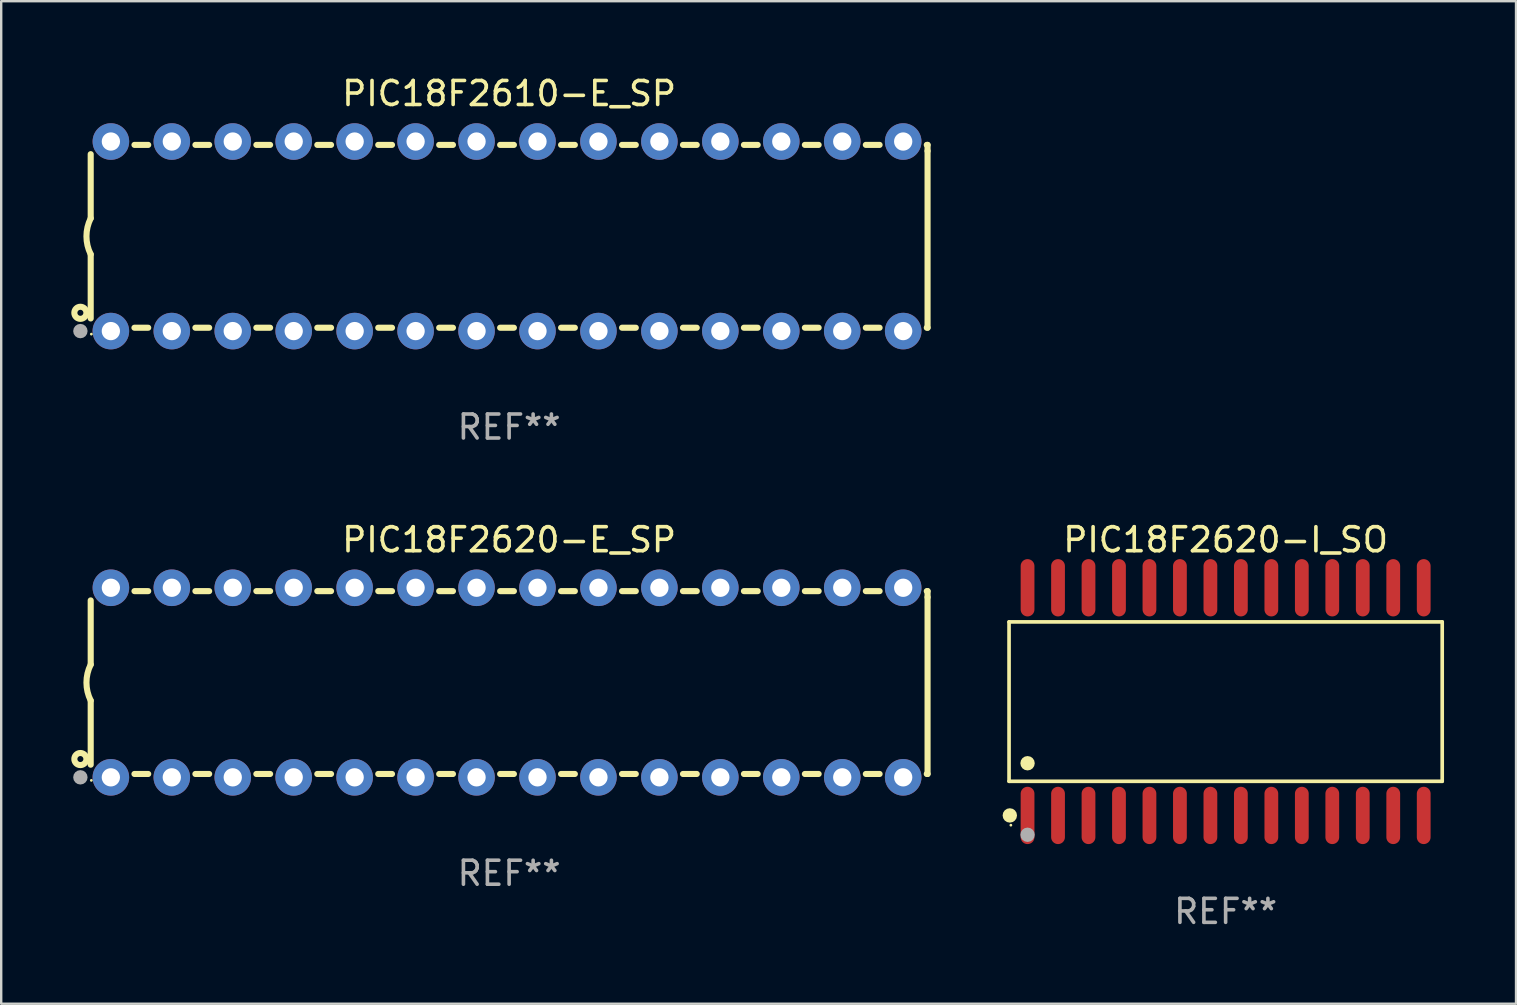
<source format=kicad_pcb>
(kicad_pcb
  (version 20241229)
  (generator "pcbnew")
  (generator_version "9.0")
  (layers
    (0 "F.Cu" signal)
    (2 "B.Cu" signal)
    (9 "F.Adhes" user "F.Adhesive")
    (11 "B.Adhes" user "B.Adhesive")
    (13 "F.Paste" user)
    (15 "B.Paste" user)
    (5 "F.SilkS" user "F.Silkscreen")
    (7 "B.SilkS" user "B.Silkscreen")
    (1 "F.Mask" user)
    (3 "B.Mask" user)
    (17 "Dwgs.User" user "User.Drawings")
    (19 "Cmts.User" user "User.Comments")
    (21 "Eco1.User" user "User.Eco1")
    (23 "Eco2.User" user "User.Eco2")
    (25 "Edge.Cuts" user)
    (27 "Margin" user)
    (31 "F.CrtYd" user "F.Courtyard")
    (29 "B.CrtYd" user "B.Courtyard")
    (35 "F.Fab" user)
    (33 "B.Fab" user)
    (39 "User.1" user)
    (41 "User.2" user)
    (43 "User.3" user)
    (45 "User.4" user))
  (footprint "PIC18F2620-E_SP"
    (layer "F.Cu")
    (at 18.168 25.395)
    (property "Reference" "PIC18F2620-E_SP" (at 0 -5.95 0) (layer "F.SilkS") (effects (font (size 1 1) (thickness 0.15))))
    (attr through_hole)
    (fp_line (start -17.438 0.75) (end -17.438 3.423) (stroke (width 0.254) (type solid)) (layer "F.SilkS"))
    (fp_line (start -17.438 -3.423) (end -17.438 -0.75) (stroke (width 0.254) (type solid)) (layer "F.SilkS"))
    (fp_line (start -15.615 3.81) (end -15.041 3.81) (stroke (width 0.254) (type solid)) (layer "F.SilkS"))
    (fp_line (start -15.041 -3.81) (end -15.614 -3.81) (stroke (width 0.254) (type solid)) (layer "F.SilkS"))
    (fp_line (start -13.075 3.81) (end -12.501 3.81) (stroke (width 0.254) (type solid)) (layer "F.SilkS"))
    (fp_line (start -12.501 -3.81) (end -13.074 -3.81) (stroke (width 0.254) (type solid)) (layer "F.SilkS"))
    (fp_line (start -10.535 3.81) (end -9.961 3.81) (stroke (width 0.254) (type solid)) (layer "F.SilkS"))
    (fp_line (start -9.961 -3.81) (end -10.534 -3.81) (stroke (width 0.254) (type solid)) (layer "F.SilkS"))
    (fp_line (start -7.995 3.81) (end -7.421 3.81) (stroke (width 0.254) (type solid)) (layer "F.SilkS"))
    (fp_line (start -7.421 -3.81) (end -7.995 -3.81) (stroke (width 0.254) (type solid)) (layer "F.SilkS"))
    (fp_line (start -5.455 3.81) (end -4.881 3.81) (stroke (width 0.254) (type solid)) (layer "F.SilkS"))
    (fp_line (start -4.881 -3.81) (end -5.455 -3.81) (stroke (width 0.254) (type solid)) (layer "F.SilkS"))
    (fp_line (start -2.915 3.81) (end -2.341 3.81) (stroke (width 0.254) (type solid)) (layer "F.SilkS"))
    (fp_line (start -2.341 -3.81) (end -2.915 -3.81) (stroke (width 0.254) (type solid)) (layer "F.SilkS"))
    (fp_line (start -0.375 3.81) (end 0.199 3.81) (stroke (width 0.254) (type solid)) (layer "F.SilkS"))
    (fp_line (start 0.199 -3.81) (end -0.375 -3.81) (stroke (width 0.254) (type solid)) (layer "F.SilkS"))
    (fp_line (start 2.165 3.81) (end 2.739 3.81) (stroke (width 0.254) (type solid)) (layer "F.SilkS"))
    (fp_line (start 2.739 -3.81) (end 2.165 -3.81) (stroke (width 0.254) (type solid)) (layer "F.SilkS"))
    (fp_line (start 4.705 3.81) (end 5.279 3.81) (stroke (width 0.254) (type solid)) (layer "F.SilkS"))
    (fp_line (start 5.279 -3.81) (end 4.705 -3.81) (stroke (width 0.254) (type solid)) (layer "F.SilkS"))
    (fp_line (start 7.245 3.81) (end 7.819 3.81) (stroke (width 0.254) (type solid)) (layer "F.SilkS"))
    (fp_line (start 7.819 -3.81) (end 7.245 -3.81) (stroke (width 0.254) (type solid)) (layer "F.SilkS"))
    (fp_line (start 9.785 3.81) (end 10.359 3.81) (stroke (width 0.254) (type solid)) (layer "F.SilkS"))
    (fp_line (start 10.359 -3.81) (end 9.785 -3.81) (stroke (width 0.254) (type solid)) (layer "F.SilkS"))
    (fp_line (start 12.325 3.81) (end 12.899 3.81) (stroke (width 0.254) (type solid)) (layer "F.SilkS"))
    (fp_line (start 12.899 -3.81) (end 12.325 -3.81) (stroke (width 0.254) (type solid)) (layer "F.SilkS"))
    (fp_line (start 14.865 3.81) (end 15.439 3.81) (stroke (width 0.254) (type solid)) (layer "F.SilkS"))
    (fp_line (start 15.439 -3.81) (end 14.865 -3.81) (stroke (width 0.254) (type solid)) (layer "F.SilkS"))
    (fp_line (start 17.405 3.81) (end 17.438 3.81) (stroke (width 0.254) (type solid)) (layer "F.SilkS"))
    (fp_line (start 17.438 -3.81) (end 17.405 -3.81) (stroke (width 0.254) (type solid)) (layer "F.SilkS"))
    (fp_line (start 17.438 -3.556) (end 17.438 -3.81) (stroke (width 0.254) (type solid)) (layer "F.SilkS"))
    (fp_line (start 17.438 3.81) (end 17.438 -3.556) (stroke (width 0.254) (type solid)) (layer "F.SilkS"))
    (fp_arc (start -17.437986 0.749657) (mid -17.614887 -0.000024) (end -17.437783 -0.749657) (stroke (width 0.254001) (type solid)) (layer "F.SilkS"))
    (fp_circle (center -17.868 3.188) (end -17.743 3.188) (stroke (width 0.254) (type solid)) (fill no) (layer "F.SilkS"))
    (fp_circle (center -17.411 4.077) (end -17.381 4.077) (stroke (width 0.06) (type solid)) (fill no) (layer "F.SilkS"))
    (fp_circle (center -17.868 3.95) (end -17.718 3.95) (stroke (width 0.3) (type solid)) (fill no) (layer "F.Fab"))
    (fp_text user "REF**" (at 0 7.95 0) (layer "F.Fab") (effects (font (size 1 1) (thickness 0.15))))
    (pad "1" thru_hole circle (at -16.598 3.95) (size 1.524 1.524) (drill 0.762) (layers "*.Cu" "*.Mask"))
    (pad "2" thru_hole circle (at -14.058 3.95) (size 1.524 1.524) (drill 0.762) (layers "*.Cu" "*.Mask"))
    (pad "3" thru_hole circle (at -11.518 3.95) (size 1.524 1.524) (drill 0.762) (layers "*.Cu" "*.Mask"))
    (pad "4" thru_hole circle (at -8.978 3.95) (size 1.524 1.524) (drill 0.762) (layers "*.Cu" "*.Mask"))
    (pad "5" thru_hole circle (at -6.438 3.95) (size 1.524 1.524) (drill 0.762) (layers "*.Cu" "*.Mask"))
    (pad "6" thru_hole circle (at -3.898 3.95) (size 1.524 1.524) (drill 0.762) (layers "*.Cu" "*.Mask"))
    (pad "7" thru_hole circle (at -1.358 3.95) (size 1.524 1.524) (drill 0.762) (layers "*.Cu" "*.Mask"))
    (pad "8" thru_hole circle (at 1.182 3.95) (size 1.524 1.524) (drill 0.762) (layers "*.Cu" "*.Mask"))
    (pad "9" thru_hole circle (at 3.722 3.95) (size 1.524 1.524) (drill 0.762) (layers "*.Cu" "*.Mask"))
    (pad "10" thru_hole circle (at 6.262 3.95) (size 1.524 1.524) (drill 0.762) (layers "*.Cu" "*.Mask"))
    (pad "11" thru_hole circle (at 8.802 3.95) (size 1.524 1.524) (drill 0.762) (layers "*.Cu" "*.Mask"))
    (pad "12" thru_hole circle (at 11.342 3.95) (size 1.524 1.524) (drill 0.762) (layers "*.Cu" "*.Mask"))
    (pad "13" thru_hole circle (at 13.882 3.95) (size 1.524 1.524) (drill 0.762) (layers "*.Cu" "*.Mask"))
    (pad "14" thru_hole circle (at 16.422 3.95) (size 1.524 1.524) (drill 0.762) (layers "*.Cu" "*.Mask"))
    (pad "15" thru_hole circle (at 16.422 -3.95) (size 1.524 1.524) (drill 0.762) (layers "*.Cu" "*.Mask"))
    (pad "16" thru_hole circle (at 13.882 -3.95) (size 1.524 1.524) (drill 0.762) (layers "*.Cu" "*.Mask"))
    (pad "17" thru_hole circle (at 11.342 -3.95) (size 1.524 1.524) (drill 0.762) (layers "*.Cu" "*.Mask"))
    (pad "18" thru_hole circle (at 8.802 -3.95) (size 1.524 1.524) (drill 0.762) (layers "*.Cu" "*.Mask"))
    (pad "19" thru_hole circle (at 6.262 -3.95) (size 1.524 1.524) (drill 0.762) (layers "*.Cu" "*.Mask"))
    (pad "20" thru_hole circle (at 3.722 -3.95) (size 1.524 1.524) (drill 0.762) (layers "*.Cu" "*.Mask"))
    (pad "21" thru_hole circle (at 1.182 -3.95) (size 1.524 1.524) (drill 0.762) (layers "*.Cu" "*.Mask"))
    (pad "22" thru_hole circle (at -1.358 -3.95) (size 1.524 1.524) (drill 0.762) (layers "*.Cu" "*.Mask"))
    (pad "23" thru_hole circle (at -3.898 -3.95) (size 1.524 1.524) (drill 0.762) (layers "*.Cu" "*.Mask"))
    (pad "24" thru_hole circle (at -6.438 -3.95) (size 1.524 1.524) (drill 0.762) (layers "*.Cu" "*.Mask"))
    (pad "25" thru_hole circle (at -8.978 -3.95) (size 1.524 1.524) (drill 0.762) (layers "*.Cu" "*.Mask"))
    (pad "26" thru_hole circle (at -11.517 -3.95) (size 1.524 1.524) (drill 0.762) (layers "*.Cu" "*.Mask"))
    (pad "27" thru_hole circle (at -14.057 -3.95) (size 1.524 1.524) (drill 0.762) (layers "*.Cu" "*.Mask"))
    (pad "28" thru_hole circle (at -16.597 -3.95) (size 1.524 1.524) (drill 0.762) (layers "*.Cu" "*.Mask")))
  (footprint "PIC18F2610-E_SP"
    (layer "F.Cu")
    (at 18.168 6.798)
    (property "Reference" "PIC18F2610-E_SP" (at 0 -5.95 0) (layer "F.SilkS") (effects (font (size 1 1) (thickness 0.15))))
    (attr through_hole)
    (fp_line (start -17.438 0.75) (end -17.438 3.423) (stroke (width 0.254) (type solid)) (layer "F.SilkS"))
    (fp_line (start -17.438 -3.423) (end -17.438 -0.75) (stroke (width 0.254) (type solid)) (layer "F.SilkS"))
    (fp_line (start -15.615 3.81) (end -15.041 3.81) (stroke (width 0.254) (type solid)) (layer "F.SilkS"))
    (fp_line (start -15.041 -3.81) (end -15.614 -3.81) (stroke (width 0.254) (type solid)) (layer "F.SilkS"))
    (fp_line (start -13.075 3.81) (end -12.501 3.81) (stroke (width 0.254) (type solid)) (layer "F.SilkS"))
    (fp_line (start -12.501 -3.81) (end -13.074 -3.81) (stroke (width 0.254) (type solid)) (layer "F.SilkS"))
    (fp_line (start -10.535 3.81) (end -9.961 3.81) (stroke (width 0.254) (type solid)) (layer "F.SilkS"))
    (fp_line (start -9.961 -3.81) (end -10.534 -3.81) (stroke (width 0.254) (type solid)) (layer "F.SilkS"))
    (fp_line (start -7.995 3.81) (end -7.421 3.81) (stroke (width 0.254) (type solid)) (layer "F.SilkS"))
    (fp_line (start -7.421 -3.81) (end -7.995 -3.81) (stroke (width 0.254) (type solid)) (layer "F.SilkS"))
    (fp_line (start -5.455 3.81) (end -4.881 3.81) (stroke (width 0.254) (type solid)) (layer "F.SilkS"))
    (fp_line (start -4.881 -3.81) (end -5.455 -3.81) (stroke (width 0.254) (type solid)) (layer "F.SilkS"))
    (fp_line (start -2.915 3.81) (end -2.341 3.81) (stroke (width 0.254) (type solid)) (layer "F.SilkS"))
    (fp_line (start -2.341 -3.81) (end -2.915 -3.81) (stroke (width 0.254) (type solid)) (layer "F.SilkS"))
    (fp_line (start -0.375 3.81) (end 0.199 3.81) (stroke (width 0.254) (type solid)) (layer "F.SilkS"))
    (fp_line (start 0.199 -3.81) (end -0.375 -3.81) (stroke (width 0.254) (type solid)) (layer "F.SilkS"))
    (fp_line (start 2.165 3.81) (end 2.739 3.81) (stroke (width 0.254) (type solid)) (layer "F.SilkS"))
    (fp_line (start 2.739 -3.81) (end 2.165 -3.81) (stroke (width 0.254) (type solid)) (layer "F.SilkS"))
    (fp_line (start 4.705 3.81) (end 5.279 3.81) (stroke (width 0.254) (type solid)) (layer "F.SilkS"))
    (fp_line (start 5.279 -3.81) (end 4.705 -3.81) (stroke (width 0.254) (type solid)) (layer "F.SilkS"))
    (fp_line (start 7.245 3.81) (end 7.819 3.81) (stroke (width 0.254) (type solid)) (layer "F.SilkS"))
    (fp_line (start 7.819 -3.81) (end 7.245 -3.81) (stroke (width 0.254) (type solid)) (layer "F.SilkS"))
    (fp_line (start 9.785 3.81) (end 10.359 3.81) (stroke (width 0.254) (type solid)) (layer "F.SilkS"))
    (fp_line (start 10.359 -3.81) (end 9.785 -3.81) (stroke (width 0.254) (type solid)) (layer "F.SilkS"))
    (fp_line (start 12.325 3.81) (end 12.899 3.81) (stroke (width 0.254) (type solid)) (layer "F.SilkS"))
    (fp_line (start 12.899 -3.81) (end 12.325 -3.81) (stroke (width 0.254) (type solid)) (layer "F.SilkS"))
    (fp_line (start 14.865 3.81) (end 15.439 3.81) (stroke (width 0.254) (type solid)) (layer "F.SilkS"))
    (fp_line (start 15.439 -3.81) (end 14.865 -3.81) (stroke (width 0.254) (type solid)) (layer "F.SilkS"))
    (fp_line (start 17.405 3.81) (end 17.438 3.81) (stroke (width 0.254) (type solid)) (layer "F.SilkS"))
    (fp_line (start 17.438 -3.81) (end 17.405 -3.81) (stroke (width 0.254) (type solid)) (layer "F.SilkS"))
    (fp_line (start 17.438 -3.556) (end 17.438 -3.81) (stroke (width 0.254) (type solid)) (layer "F.SilkS"))
    (fp_line (start 17.438 3.81) (end 17.438 -3.556) (stroke (width 0.254) (type solid)) (layer "F.SilkS"))
    (fp_arc (start -17.437986 0.749657) (mid -17.614887 -0.000024) (end -17.437783 -0.749657) (stroke (width 0.254001) (type solid)) (layer "F.SilkS"))
    (fp_circle (center -17.868 3.188) (end -17.743 3.188) (stroke (width 0.254) (type solid)) (fill no) (layer "F.SilkS"))
    (fp_circle (center -17.411 4.077) (end -17.381 4.077) (stroke (width 0.06) (type solid)) (fill no) (layer "F.SilkS"))
    (fp_circle (center -17.868 3.95) (end -17.718 3.95) (stroke (width 0.3) (type solid)) (fill no) (layer "F.Fab"))
    (fp_text user "REF**" (at 0 7.95 0) (layer "F.Fab") (effects (font (size 1 1) (thickness 0.15))))
    (pad "1" thru_hole circle (at -16.598 3.95) (size 1.524 1.524) (drill 0.762) (layers "*.Cu" "*.Mask"))
    (pad "2" thru_hole circle (at -14.058 3.95) (size 1.524 1.524) (drill 0.762) (layers "*.Cu" "*.Mask"))
    (pad "3" thru_hole circle (at -11.518 3.95) (size 1.524 1.524) (drill 0.762) (layers "*.Cu" "*.Mask"))
    (pad "4" thru_hole circle (at -8.978 3.95) (size 1.524 1.524) (drill 0.762) (layers "*.Cu" "*.Mask"))
    (pad "5" thru_hole circle (at -6.438 3.95) (size 1.524 1.524) (drill 0.762) (layers "*.Cu" "*.Mask"))
    (pad "6" thru_hole circle (at -3.898 3.95) (size 1.524 1.524) (drill 0.762) (layers "*.Cu" "*.Mask"))
    (pad "7" thru_hole circle (at -1.358 3.95) (size 1.524 1.524) (drill 0.762) (layers "*.Cu" "*.Mask"))
    (pad "8" thru_hole circle (at 1.182 3.95) (size 1.524 1.524) (drill 0.762) (layers "*.Cu" "*.Mask"))
    (pad "9" thru_hole circle (at 3.722 3.95) (size 1.524 1.524) (drill 0.762) (layers "*.Cu" "*.Mask"))
    (pad "10" thru_hole circle (at 6.262 3.95) (size 1.524 1.524) (drill 0.762) (layers "*.Cu" "*.Mask"))
    (pad "11" thru_hole circle (at 8.802 3.95) (size 1.524 1.524) (drill 0.762) (layers "*.Cu" "*.Mask"))
    (pad "12" thru_hole circle (at 11.342 3.95) (size 1.524 1.524) (drill 0.762) (layers "*.Cu" "*.Mask"))
    (pad "13" thru_hole circle (at 13.882 3.95) (size 1.524 1.524) (drill 0.762) (layers "*.Cu" "*.Mask"))
    (pad "14" thru_hole circle (at 16.422 3.95) (size 1.524 1.524) (drill 0.762) (layers "*.Cu" "*.Mask"))
    (pad "15" thru_hole circle (at 16.422 -3.95) (size 1.524 1.524) (drill 0.762) (layers "*.Cu" "*.Mask"))
    (pad "16" thru_hole circle (at 13.882 -3.95) (size 1.524 1.524) (drill 0.762) (layers "*.Cu" "*.Mask"))
    (pad "17" thru_hole circle (at 11.342 -3.95) (size 1.524 1.524) (drill 0.762) (layers "*.Cu" "*.Mask"))
    (pad "18" thru_hole circle (at 8.802 -3.95) (size 1.524 1.524) (drill 0.762) (layers "*.Cu" "*.Mask"))
    (pad "19" thru_hole circle (at 6.262 -3.95) (size 1.524 1.524) (drill 0.762) (layers "*.Cu" "*.Mask"))
    (pad "20" thru_hole circle (at 3.722 -3.95) (size 1.524 1.524) (drill 0.762) (layers "*.Cu" "*.Mask"))
    (pad "21" thru_hole circle (at 1.182 -3.95) (size 1.524 1.524) (drill 0.762) (layers "*.Cu" "*.Mask"))
    (pad "22" thru_hole circle (at -1.358 -3.95) (size 1.524 1.524) (drill 0.762) (layers "*.Cu" "*.Mask"))
    (pad "23" thru_hole circle (at -3.898 -3.95) (size 1.524 1.524) (drill 0.762) (layers "*.Cu" "*.Mask"))
    (pad "24" thru_hole circle (at -6.438 -3.95) (size 1.524 1.524) (drill 0.762) (layers "*.Cu" "*.Mask"))
    (pad "25" thru_hole circle (at -8.978 -3.95) (size 1.524 1.524) (drill 0.762) (layers "*.Cu" "*.Mask"))
    (pad "26" thru_hole circle (at -11.517 -3.95) (size 1.524 1.524) (drill 0.762) (layers "*.Cu" "*.Mask"))
    (pad "27" thru_hole circle (at -14.057 -3.95) (size 1.524 1.524) (drill 0.762) (layers "*.Cu" "*.Mask"))
    (pad "28" thru_hole circle (at -16.597 -3.95) (size 1.524 1.524) (drill 0.762) (layers "*.Cu" "*.Mask")))
  (footprint "PIC18F2620-I_SO"
    (layer "F.Cu")
    (at 48.028 26.189)
    (property "Reference" "PIC18F2620-I_SO" (at 0 -6.744 0) (layer "F.SilkS") (effects (font (size 1 1) (thickness 0.15))))
    (attr through_hole)
    (fp_line (start -9.026 -3.321) (end 9.026 -3.321) (stroke (width 0.152) (type solid)) (layer "F.SilkS"))
    (fp_line (start -9.026 3.321) (end -9.026 -3.321) (stroke (width 0.152) (type solid)) (layer "F.SilkS"))
    (fp_line (start 9.026 -3.321) (end 9.026 3.321) (stroke (width 0.152) (type solid)) (layer "F.SilkS"))
    (fp_line (start 9.026 3.321) (end -9.026 3.321) (stroke (width 0.152) (type solid)) (layer "F.SilkS"))
    (fp_circle (center -8.994 4.744) (end -8.844 4.744) (stroke (width 0.3) (type solid)) (fill no) (layer "F.SilkS"))
    (fp_circle (center -8.95 5.15) (end -8.92 5.15) (stroke (width 0.06) (type solid)) (fill no) (layer "F.SilkS"))
    (fp_circle (center -8.255 2.569) (end -8.105 2.569) (stroke (width 0.3) (type solid)) (fill no) (layer "F.SilkS"))
    (fp_circle (center -8.255 5.55) (end -8.105 5.55) (stroke (width 0.3) (type solid)) (fill no) (layer "F.Fab"))
    (fp_text user "REF**" (at 0 8.744 0) (layer "F.Fab") (effects (font (size 1 1) (thickness 0.15))))
    (pad "1" smd oval (at -8.255 4.744) (size 0.574 2.388) (layers "F.Cu" "F.Mask" "F.Paste"))
    (pad "2" smd oval (at -6.985 4.744) (size 0.574 2.388) (layers "F.Cu" "F.Mask" "F.Paste"))
    (pad "3" smd oval (at -5.715 4.744) (size 0.574 2.388) (layers "F.Cu" "F.Mask" "F.Paste"))
    (pad "4" smd oval (at -4.445 4.744) (size 0.574 2.388) (layers "F.Cu" "F.Mask" "F.Paste"))
    (pad "5" smd oval (at -3.175 4.744) (size 0.574 2.388) (layers "F.Cu" "F.Mask" "F.Paste"))
    (pad "6" smd oval (at -1.905 4.744) (size 0.574 2.388) (layers "F.Cu" "F.Mask" "F.Paste"))
    (pad "7" smd oval (at -0.635 4.744) (size 0.574 2.388) (layers "F.Cu" "F.Mask" "F.Paste"))
    (pad "8" smd oval (at 0.635 4.744) (size 0.574 2.388) (layers "F.Cu" "F.Mask" "F.Paste"))
    (pad "9" smd oval (at 1.905 4.744) (size 0.574 2.388) (layers "F.Cu" "F.Mask" "F.Paste"))
    (pad "10" smd oval (at 3.175 4.744) (size 0.574 2.388) (layers "F.Cu" "F.Mask" "F.Paste"))
    (pad "11" smd oval (at 4.445 4.744) (size 0.574 2.388) (layers "F.Cu" "F.Mask" "F.Paste"))
    (pad "12" smd oval (at 5.715 4.744) (size 0.574 2.388) (layers "F.Cu" "F.Mask" "F.Paste"))
    (pad "13" smd oval (at 6.985 4.744) (size 0.574 2.388) (layers "F.Cu" "F.Mask" "F.Paste"))
    (pad "14" smd oval (at 8.255 4.744) (size 0.574 2.388) (layers "F.Cu" "F.Mask" "F.Paste"))
    (pad "15" smd oval (at 8.255 -4.744) (size 0.574 2.388) (layers "F.Cu" "F.Mask" "F.Paste"))
    (pad "16" smd oval (at 6.985 -4.744) (size 0.574 2.388) (layers "F.Cu" "F.Mask" "F.Paste"))
    (pad "17" smd oval (at 5.715 -4.744) (size 0.574 2.388) (layers "F.Cu" "F.Mask" "F.Paste"))
    (pad "18" smd oval (at 4.445 -4.744) (size 0.574 2.388) (layers "F.Cu" "F.Mask" "F.Paste"))
    (pad "19" smd oval (at 3.175 -4.744) (size 0.574 2.388) (layers "F.Cu" "F.Mask" "F.Paste"))
    (pad "20" smd oval (at 1.905 -4.744) (size 0.574 2.388) (layers "F.Cu" "F.Mask" "F.Paste"))
    (pad "21" smd oval (at 0.635 -4.744) (size 0.574 2.388) (layers "F.Cu" "F.Mask" "F.Paste"))
    (pad "22" smd oval (at -0.635 -4.744) (size 0.574 2.388) (layers "F.Cu" "F.Mask" "F.Paste"))
    (pad "23" smd oval (at -1.905 -4.744) (size 0.574 2.388) (layers "F.Cu" "F.Mask" "F.Paste"))
    (pad "24" smd oval (at -3.175 -4.744) (size 0.574 2.388) (layers "F.Cu" "F.Mask" "F.Paste"))
    (pad "25" smd oval (at -4.445 -4.744) (size 0.574 2.388) (layers "F.Cu" "F.Mask" "F.Paste"))
    (pad "26" smd oval (at -5.715 -4.744) (size 0.574 2.388) (layers "F.Cu" "F.Mask" "F.Paste"))
    (pad "27" smd oval (at -6.985 -4.744) (size 0.574 2.388) (layers "F.Cu" "F.Mask" "F.Paste"))
    (pad "28" smd oval (at -8.255 -4.744) (size 0.574 2.388) (layers "F.Cu" "F.Mask" "F.Paste")))
  (gr_rect
    (start -3 -3)
    (end 60.13 38.781)
    (stroke (width 0.1) (type default))
    (fill no)
    (layer "Edge.Cuts")))
</source>
